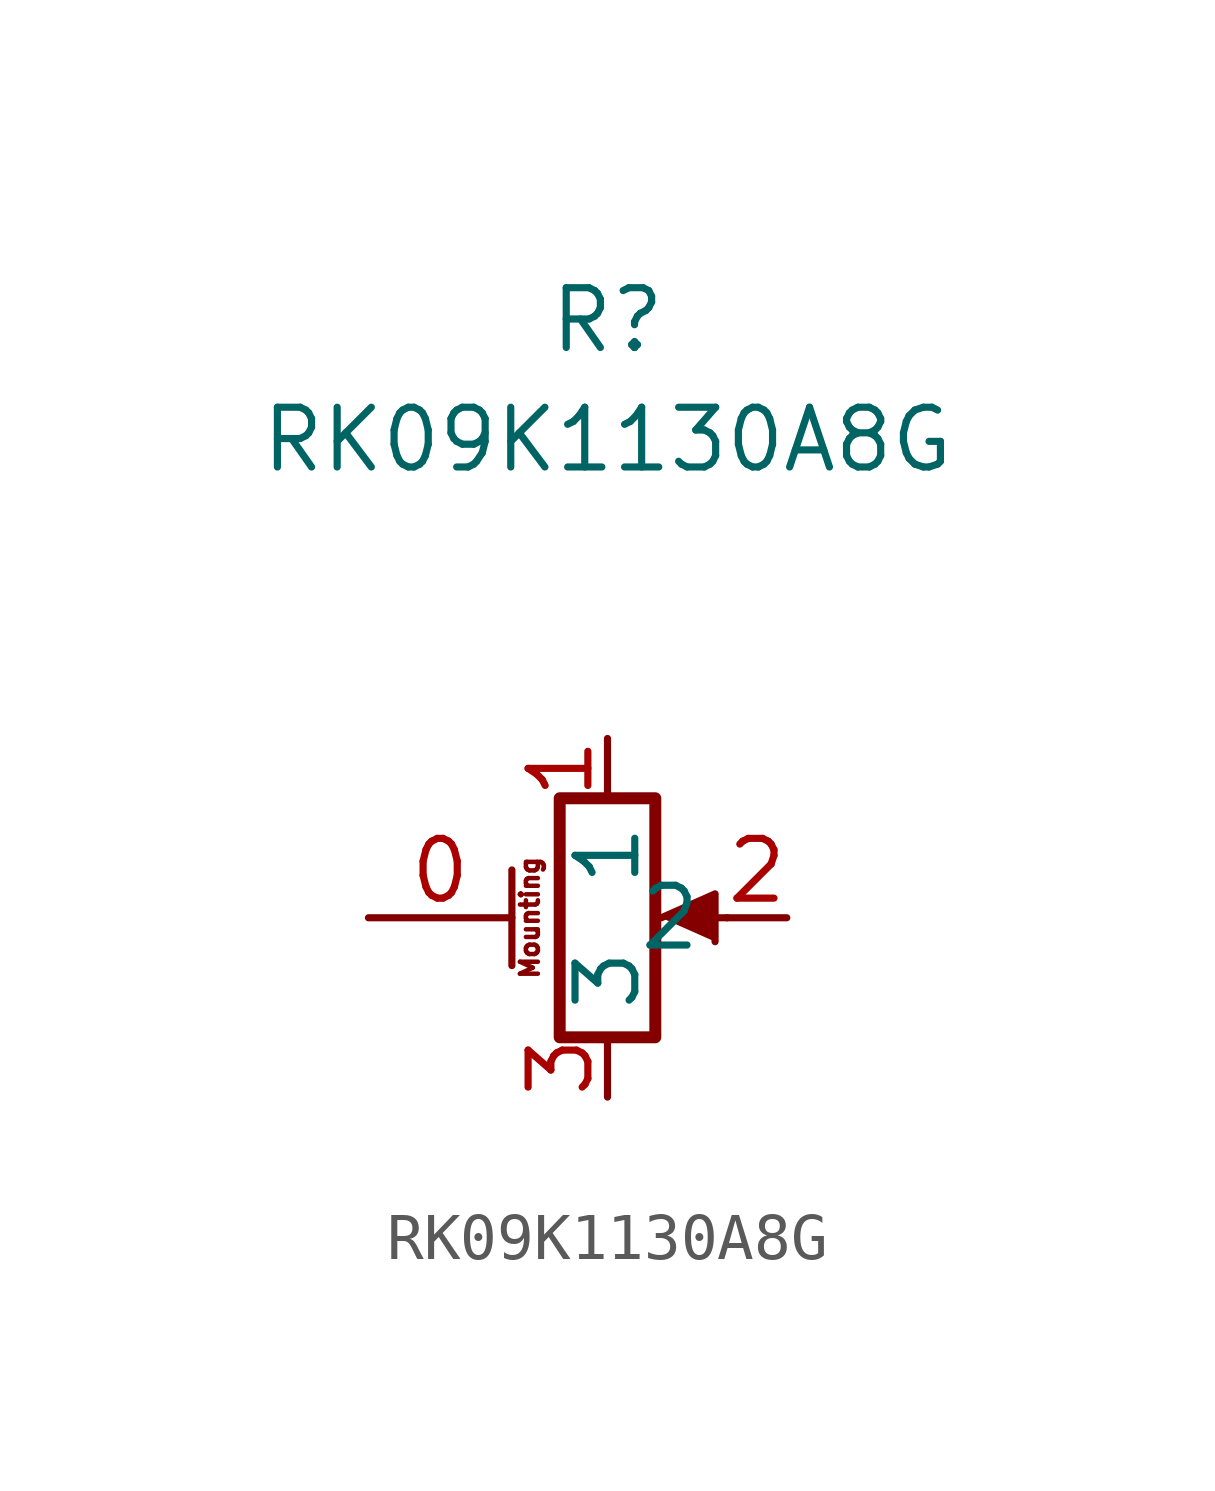
<source format=kicad_sym>
(kicad_symbol_lib
  (version 20211014)
  (generator kicad_symbol_editor)
  (symbol "RK09K1130A8G"
    (property "Reference" "R"
      (at 0 12.7 0)
      (effects (font (size 1.27 1.27))))
    (property "Value" "RK09K1130A8G"
      (at 0 10.16 0)
      (effects (font (size 1.27 1.27))))
    (symbol "RK09K1130A8G_0_1"
      (polyline (pts (xy 2.54 0) (xy 1.524 0)) (stroke (width 0) (type default) (color 0 0 0 0)) (fill (type none)))
      (polyline (pts (xy 1.143 0) (xy 2.286 0.508) (xy 2.286 -0.508)) (stroke (width 0) (type default) (color 0 0 0 0)) (fill (type outline)))
      (rectangle (start 1.016 2.54) (end -1.016 -2.54) (stroke (width 0.254) (type default) (color 0 0 0 0)) (fill (type none))))
    (symbol "RK09K1130A8G_1_1"
      (polyline (pts (xy -2.032 1.016) (xy -2.032 -1.016)) (stroke (width 0.152) (type default) (color 0 0 0 0)) (fill (type none)))
      (text "Mounting" (at -1.651 0 900) (effects (font (size 0.381 0.381))))
      (pin passive line (at -5.08 0 0) (length 3.048) (name "" (effects (font (size 1.27 1.27)))) (number "0" (effects (font (size 1.27 1.27)))))
      (pin passive line (at 0 3.81 270) (length 1.27) (name "1" (effects (font (size 1.27 1.27)))) (number "1" (effects (font (size 1.27 1.27)))))
      (pin passive line (at 3.81 0 180) (length 1.27) (name "2" (effects (font (size 1.27 1.27)))) (number "2" (effects (font (size 1.27 1.27)))))
      (pin passive line (at 0 -3.81 90) (length 1.27) (name "3" (effects (font (size 1.27 1.27)))) (number "3" (effects (font (size 1.27 1.27))))))))
</source>
